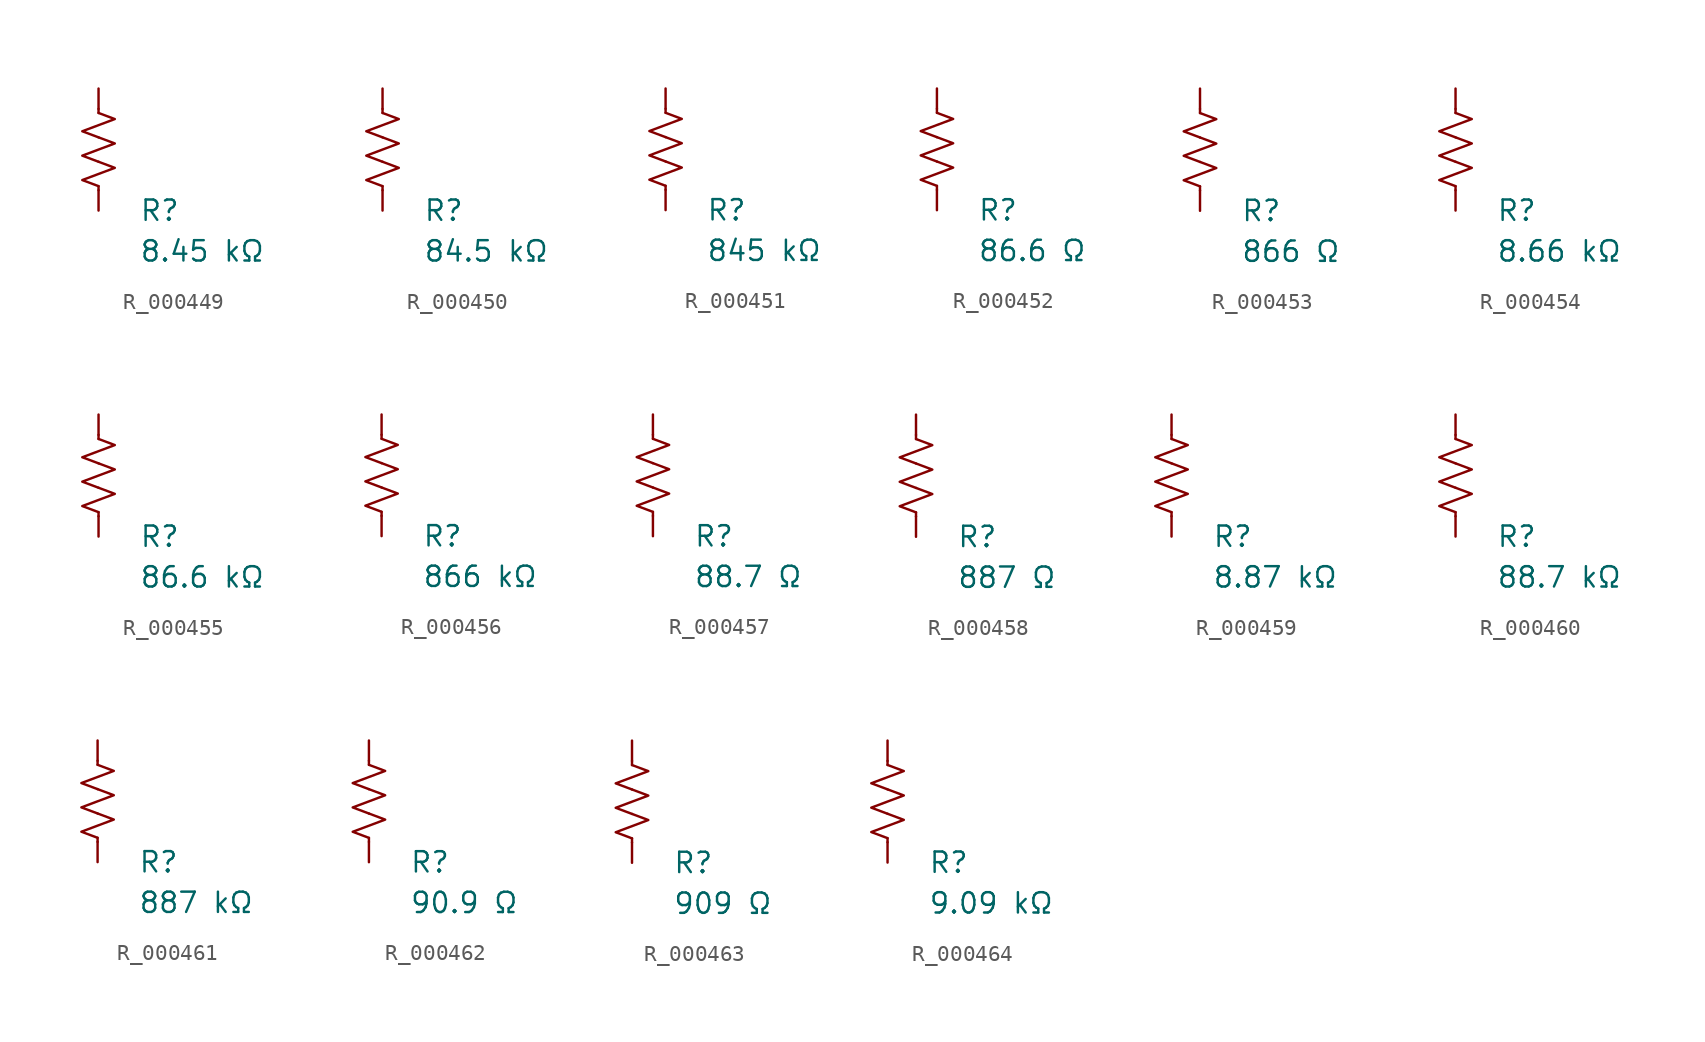
<source format=kicad_sym>
(kicad_symbol_lib
  (version 20231120)
  (generator "kicad_symbol_editor")
  (generator_version "8.0")
  (symbol "R_000449"
    (pin_numbers hide)
    (pin_names
      (offset 0))
    (property "Reference" "R"
      (at 2.54 -3.81 0)
      (effects (font (size 1.27 1.27)) (justify left))
      (show_name no))
    (property "Value" "8.45 kΩ"
      (at 2.54 -6.35 0)
      (effects (font (size 1.27 1.27)) (justify left))
      (show_name no))
    (symbol "R_000449_0_1"
      (polyline (pts (xy 0 -2.286) (xy 0 -2.54)) (stroke (width 0) (type default)) (fill (type none)))
      (polyline (pts (xy 0 2.286) (xy 0 2.54)) (stroke (width 0) (type default)) (fill (type none)))
      (polyline (pts (xy 0 -0.762) (xy 1.016 -1.143) (xy 0 -1.524) (xy -1.016 -1.905) (xy 0 -2.286)) (stroke (width 0) (type default)) (fill (type none)))
      (polyline (pts (xy 0 0.762) (xy 1.016 0.381) (xy 0 0) (xy -1.016 -0.381) (xy 0 -0.762)) (stroke (width 0) (type default)) (fill (type none)))
      (polyline (pts (xy 0 2.286) (xy 1.016 1.905) (xy 0 1.524) (xy -1.016 1.143) (xy 0 0.762)) (stroke (width 0) (type default)) (fill (type none))))
    (symbol "R_000449_1_1"
      (pin passive line (at 0 3.81 270) (length 1.27) (name "~" (effects (font (size 1.27 1.27)))) (number "1" (effects (font (size 1.27 1.27)))))
      (pin passive line (at 0 -3.81 90) (length 1.27) (name "~" (effects (font (size 1.27 1.27)))) (number "2" (effects (font (size 1.27 1.27)))))))
  (symbol "R_000450"
    (pin_numbers hide)
    (pin_names
      (offset 0))
    (property "Reference" "R"
      (at 2.54 -3.81 0)
      (effects (font (size 1.27 1.27)) (justify left))
      (show_name no))
    (property "Value" "84.5 kΩ"
      (at 2.54 -6.35 0)
      (effects (font (size 1.27 1.27)) (justify left))
      (show_name no))
    (symbol "R_000450_0_1"
      (polyline (pts (xy 0 -2.286) (xy 0 -2.54)) (stroke (width 0) (type default)) (fill (type none)))
      (polyline (pts (xy 0 2.286) (xy 0 2.54)) (stroke (width 0) (type default)) (fill (type none)))
      (polyline (pts (xy 0 -0.762) (xy 1.016 -1.143) (xy 0 -1.524) (xy -1.016 -1.905) (xy 0 -2.286)) (stroke (width 0) (type default)) (fill (type none)))
      (polyline (pts (xy 0 0.762) (xy 1.016 0.381) (xy 0 0) (xy -1.016 -0.381) (xy 0 -0.762)) (stroke (width 0) (type default)) (fill (type none)))
      (polyline (pts (xy 0 2.286) (xy 1.016 1.905) (xy 0 1.524) (xy -1.016 1.143) (xy 0 0.762)) (stroke (width 0) (type default)) (fill (type none))))
    (symbol "R_000450_1_1"
      (pin passive line (at 0 3.81 270) (length 1.27) (name "~" (effects (font (size 1.27 1.27)))) (number "1" (effects (font (size 1.27 1.27)))))
      (pin passive line (at 0 -3.81 90) (length 1.27) (name "~" (effects (font (size 1.27 1.27)))) (number "2" (effects (font (size 1.27 1.27)))))))
  (symbol "R_000451"
    (pin_numbers hide)
    (pin_names
      (offset 0))
    (property "Reference" "R"
      (at 2.54 -3.81 0)
      (effects (font (size 1.27 1.27)) (justify left))
      (show_name no))
    (property "Value" "845 kΩ"
      (at 2.54 -6.35 0)
      (effects (font (size 1.27 1.27)) (justify left))
      (show_name no))
    (symbol "R_000451_0_1"
      (polyline (pts (xy 0 -2.286) (xy 0 -2.54)) (stroke (width 0) (type default)) (fill (type none)))
      (polyline (pts (xy 0 2.286) (xy 0 2.54)) (stroke (width 0) (type default)) (fill (type none)))
      (polyline (pts (xy 0 -0.762) (xy 1.016 -1.143) (xy 0 -1.524) (xy -1.016 -1.905) (xy 0 -2.286)) (stroke (width 0) (type default)) (fill (type none)))
      (polyline (pts (xy 0 0.762) (xy 1.016 0.381) (xy 0 0) (xy -1.016 -0.381) (xy 0 -0.762)) (stroke (width 0) (type default)) (fill (type none)))
      (polyline (pts (xy 0 2.286) (xy 1.016 1.905) (xy 0 1.524) (xy -1.016 1.143) (xy 0 0.762)) (stroke (width 0) (type default)) (fill (type none))))
    (symbol "R_000451_1_1"
      (pin passive line (at 0 3.81 270) (length 1.27) (name "~" (effects (font (size 1.27 1.27)))) (number "1" (effects (font (size 1.27 1.27)))))
      (pin passive line (at 0 -3.81 90) (length 1.27) (name "~" (effects (font (size 1.27 1.27)))) (number "2" (effects (font (size 1.27 1.27)))))))
  (symbol "R_000452"
    (pin_numbers hide)
    (pin_names
      (offset 0))
    (property "Reference" "R"
      (at 2.54 -3.81 0)
      (effects (font (size 1.27 1.27)) (justify left))
      (show_name no))
    (property "Value" "86.6 Ω"
      (at 2.54 -6.35 0)
      (effects (font (size 1.27 1.27)) (justify left))
      (show_name no))
    (symbol "R_000452_0_1"
      (polyline (pts (xy 0 -2.286) (xy 0 -2.54)) (stroke (width 0) (type default)) (fill (type none)))
      (polyline (pts (xy 0 2.286) (xy 0 2.54)) (stroke (width 0) (type default)) (fill (type none)))
      (polyline (pts (xy 0 -0.762) (xy 1.016 -1.143) (xy 0 -1.524) (xy -1.016 -1.905) (xy 0 -2.286)) (stroke (width 0) (type default)) (fill (type none)))
      (polyline (pts (xy 0 0.762) (xy 1.016 0.381) (xy 0 0) (xy -1.016 -0.381) (xy 0 -0.762)) (stroke (width 0) (type default)) (fill (type none)))
      (polyline (pts (xy 0 2.286) (xy 1.016 1.905) (xy 0 1.524) (xy -1.016 1.143) (xy 0 0.762)) (stroke (width 0) (type default)) (fill (type none))))
    (symbol "R_000452_1_1"
      (pin passive line (at 0 3.81 270) (length 1.27) (name "~" (effects (font (size 1.27 1.27)))) (number "1" (effects (font (size 1.27 1.27)))))
      (pin passive line (at 0 -3.81 90) (length 1.27) (name "~" (effects (font (size 1.27 1.27)))) (number "2" (effects (font (size 1.27 1.27)))))))
  (symbol "R_000453"
    (pin_numbers hide)
    (pin_names
      (offset 0))
    (property "Reference" "R"
      (at 2.54 -3.81 0)
      (effects (font (size 1.27 1.27)) (justify left))
      (show_name no))
    (property "Value" "866 Ω"
      (at 2.54 -6.35 0)
      (effects (font (size 1.27 1.27)) (justify left))
      (show_name no))
    (symbol "R_000453_0_1"
      (polyline (pts (xy 0 -2.286) (xy 0 -2.54)) (stroke (width 0) (type default)) (fill (type none)))
      (polyline (pts (xy 0 2.286) (xy 0 2.54)) (stroke (width 0) (type default)) (fill (type none)))
      (polyline (pts (xy 0 -0.762) (xy 1.016 -1.143) (xy 0 -1.524) (xy -1.016 -1.905) (xy 0 -2.286)) (stroke (width 0) (type default)) (fill (type none)))
      (polyline (pts (xy 0 0.762) (xy 1.016 0.381) (xy 0 0) (xy -1.016 -0.381) (xy 0 -0.762)) (stroke (width 0) (type default)) (fill (type none)))
      (polyline (pts (xy 0 2.286) (xy 1.016 1.905) (xy 0 1.524) (xy -1.016 1.143) (xy 0 0.762)) (stroke (width 0) (type default)) (fill (type none))))
    (symbol "R_000453_1_1"
      (pin passive line (at 0 3.81 270) (length 1.27) (name "~" (effects (font (size 1.27 1.27)))) (number "1" (effects (font (size 1.27 1.27)))))
      (pin passive line (at 0 -3.81 90) (length 1.27) (name "~" (effects (font (size 1.27 1.27)))) (number "2" (effects (font (size 1.27 1.27)))))))
  (symbol "R_000454"
    (pin_numbers hide)
    (pin_names
      (offset 0))
    (property "Reference" "R"
      (at 2.54 -3.81 0)
      (effects (font (size 1.27 1.27)) (justify left))
      (show_name no))
    (property "Value" "8.66 kΩ"
      (at 2.54 -6.35 0)
      (effects (font (size 1.27 1.27)) (justify left))
      (show_name no))
    (symbol "R_000454_0_1"
      (polyline (pts (xy 0 -2.286) (xy 0 -2.54)) (stroke (width 0) (type default)) (fill (type none)))
      (polyline (pts (xy 0 2.286) (xy 0 2.54)) (stroke (width 0) (type default)) (fill (type none)))
      (polyline (pts (xy 0 -0.762) (xy 1.016 -1.143) (xy 0 -1.524) (xy -1.016 -1.905) (xy 0 -2.286)) (stroke (width 0) (type default)) (fill (type none)))
      (polyline (pts (xy 0 0.762) (xy 1.016 0.381) (xy 0 0) (xy -1.016 -0.381) (xy 0 -0.762)) (stroke (width 0) (type default)) (fill (type none)))
      (polyline (pts (xy 0 2.286) (xy 1.016 1.905) (xy 0 1.524) (xy -1.016 1.143) (xy 0 0.762)) (stroke (width 0) (type default)) (fill (type none))))
    (symbol "R_000454_1_1"
      (pin passive line (at 0 3.81 270) (length 1.27) (name "~" (effects (font (size 1.27 1.27)))) (number "1" (effects (font (size 1.27 1.27)))))
      (pin passive line (at 0 -3.81 90) (length 1.27) (name "~" (effects (font (size 1.27 1.27)))) (number "2" (effects (font (size 1.27 1.27)))))))
  (symbol "R_000455"
    (pin_numbers hide)
    (pin_names
      (offset 0))
    (property "Reference" "R"
      (at 2.54 -3.81 0)
      (effects (font (size 1.27 1.27)) (justify left))
      (show_name no))
    (property "Value" "86.6 kΩ"
      (at 2.54 -6.35 0)
      (effects (font (size 1.27 1.27)) (justify left))
      (show_name no))
    (symbol "R_000455_0_1"
      (polyline (pts (xy 0 -2.286) (xy 0 -2.54)) (stroke (width 0) (type default)) (fill (type none)))
      (polyline (pts (xy 0 2.286) (xy 0 2.54)) (stroke (width 0) (type default)) (fill (type none)))
      (polyline (pts (xy 0 -0.762) (xy 1.016 -1.143) (xy 0 -1.524) (xy -1.016 -1.905) (xy 0 -2.286)) (stroke (width 0) (type default)) (fill (type none)))
      (polyline (pts (xy 0 0.762) (xy 1.016 0.381) (xy 0 0) (xy -1.016 -0.381) (xy 0 -0.762)) (stroke (width 0) (type default)) (fill (type none)))
      (polyline (pts (xy 0 2.286) (xy 1.016 1.905) (xy 0 1.524) (xy -1.016 1.143) (xy 0 0.762)) (stroke (width 0) (type default)) (fill (type none))))
    (symbol "R_000455_1_1"
      (pin passive line (at 0 3.81 270) (length 1.27) (name "~" (effects (font (size 1.27 1.27)))) (number "1" (effects (font (size 1.27 1.27)))))
      (pin passive line (at 0 -3.81 90) (length 1.27) (name "~" (effects (font (size 1.27 1.27)))) (number "2" (effects (font (size 1.27 1.27)))))))
  (symbol "R_000456"
    (pin_numbers hide)
    (pin_names
      (offset 0))
    (property "Reference" "R"
      (at 2.54 -3.81 0)
      (effects (font (size 1.27 1.27)) (justify left))
      (show_name no))
    (property "Value" "866 kΩ"
      (at 2.54 -6.35 0)
      (effects (font (size 1.27 1.27)) (justify left))
      (show_name no))
    (symbol "R_000456_0_1"
      (polyline (pts (xy 0 -2.286) (xy 0 -2.54)) (stroke (width 0) (type default)) (fill (type none)))
      (polyline (pts (xy 0 2.286) (xy 0 2.54)) (stroke (width 0) (type default)) (fill (type none)))
      (polyline (pts (xy 0 -0.762) (xy 1.016 -1.143) (xy 0 -1.524) (xy -1.016 -1.905) (xy 0 -2.286)) (stroke (width 0) (type default)) (fill (type none)))
      (polyline (pts (xy 0 0.762) (xy 1.016 0.381) (xy 0 0) (xy -1.016 -0.381) (xy 0 -0.762)) (stroke (width 0) (type default)) (fill (type none)))
      (polyline (pts (xy 0 2.286) (xy 1.016 1.905) (xy 0 1.524) (xy -1.016 1.143) (xy 0 0.762)) (stroke (width 0) (type default)) (fill (type none))))
    (symbol "R_000456_1_1"
      (pin passive line (at 0 3.81 270) (length 1.27) (name "~" (effects (font (size 1.27 1.27)))) (number "1" (effects (font (size 1.27 1.27)))))
      (pin passive line (at 0 -3.81 90) (length 1.27) (name "~" (effects (font (size 1.27 1.27)))) (number "2" (effects (font (size 1.27 1.27)))))))
  (symbol "R_000457"
    (pin_numbers hide)
    (pin_names
      (offset 0))
    (property "Reference" "R"
      (at 2.54 -3.81 0)
      (effects (font (size 1.27 1.27)) (justify left))
      (show_name no))
    (property "Value" "88.7 Ω"
      (at 2.54 -6.35 0)
      (effects (font (size 1.27 1.27)) (justify left))
      (show_name no))
    (symbol "R_000457_0_1"
      (polyline (pts (xy 0 -2.286) (xy 0 -2.54)) (stroke (width 0) (type default)) (fill (type none)))
      (polyline (pts (xy 0 2.286) (xy 0 2.54)) (stroke (width 0) (type default)) (fill (type none)))
      (polyline (pts (xy 0 -0.762) (xy 1.016 -1.143) (xy 0 -1.524) (xy -1.016 -1.905) (xy 0 -2.286)) (stroke (width 0) (type default)) (fill (type none)))
      (polyline (pts (xy 0 0.762) (xy 1.016 0.381) (xy 0 0) (xy -1.016 -0.381) (xy 0 -0.762)) (stroke (width 0) (type default)) (fill (type none)))
      (polyline (pts (xy 0 2.286) (xy 1.016 1.905) (xy 0 1.524) (xy -1.016 1.143) (xy 0 0.762)) (stroke (width 0) (type default)) (fill (type none))))
    (symbol "R_000457_1_1"
      (pin passive line (at 0 3.81 270) (length 1.27) (name "~" (effects (font (size 1.27 1.27)))) (number "1" (effects (font (size 1.27 1.27)))))
      (pin passive line (at 0 -3.81 90) (length 1.27) (name "~" (effects (font (size 1.27 1.27)))) (number "2" (effects (font (size 1.27 1.27)))))))
  (symbol "R_000458"
    (pin_numbers hide)
    (pin_names
      (offset 0))
    (property "Reference" "R"
      (at 2.54 -3.81 0)
      (effects (font (size 1.27 1.27)) (justify left))
      (show_name no))
    (property "Value" "887 Ω"
      (at 2.54 -6.35 0)
      (effects (font (size 1.27 1.27)) (justify left))
      (show_name no))
    (symbol "R_000458_0_1"
      (polyline (pts (xy 0 -2.286) (xy 0 -2.54)) (stroke (width 0) (type default)) (fill (type none)))
      (polyline (pts (xy 0 2.286) (xy 0 2.54)) (stroke (width 0) (type default)) (fill (type none)))
      (polyline (pts (xy 0 -0.762) (xy 1.016 -1.143) (xy 0 -1.524) (xy -1.016 -1.905) (xy 0 -2.286)) (stroke (width 0) (type default)) (fill (type none)))
      (polyline (pts (xy 0 0.762) (xy 1.016 0.381) (xy 0 0) (xy -1.016 -0.381) (xy 0 -0.762)) (stroke (width 0) (type default)) (fill (type none)))
      (polyline (pts (xy 0 2.286) (xy 1.016 1.905) (xy 0 1.524) (xy -1.016 1.143) (xy 0 0.762)) (stroke (width 0) (type default)) (fill (type none))))
    (symbol "R_000458_1_1"
      (pin passive line (at 0 3.81 270) (length 1.27) (name "~" (effects (font (size 1.27 1.27)))) (number "1" (effects (font (size 1.27 1.27)))))
      (pin passive line (at 0 -3.81 90) (length 1.27) (name "~" (effects (font (size 1.27 1.27)))) (number "2" (effects (font (size 1.27 1.27)))))))
  (symbol "R_000459"
    (pin_numbers hide)
    (pin_names
      (offset 0))
    (property "Reference" "R"
      (at 2.54 -3.81 0)
      (effects (font (size 1.27 1.27)) (justify left))
      (show_name no))
    (property "Value" "8.87 kΩ"
      (at 2.54 -6.35 0)
      (effects (font (size 1.27 1.27)) (justify left))
      (show_name no))
    (symbol "R_000459_0_1"
      (polyline (pts (xy 0 -2.286) (xy 0 -2.54)) (stroke (width 0) (type default)) (fill (type none)))
      (polyline (pts (xy 0 2.286) (xy 0 2.54)) (stroke (width 0) (type default)) (fill (type none)))
      (polyline (pts (xy 0 -0.762) (xy 1.016 -1.143) (xy 0 -1.524) (xy -1.016 -1.905) (xy 0 -2.286)) (stroke (width 0) (type default)) (fill (type none)))
      (polyline (pts (xy 0 0.762) (xy 1.016 0.381) (xy 0 0) (xy -1.016 -0.381) (xy 0 -0.762)) (stroke (width 0) (type default)) (fill (type none)))
      (polyline (pts (xy 0 2.286) (xy 1.016 1.905) (xy 0 1.524) (xy -1.016 1.143) (xy 0 0.762)) (stroke (width 0) (type default)) (fill (type none))))
    (symbol "R_000459_1_1"
      (pin passive line (at 0 3.81 270) (length 1.27) (name "~" (effects (font (size 1.27 1.27)))) (number "1" (effects (font (size 1.27 1.27)))))
      (pin passive line (at 0 -3.81 90) (length 1.27) (name "~" (effects (font (size 1.27 1.27)))) (number "2" (effects (font (size 1.27 1.27)))))))
  (symbol "R_000460"
    (pin_numbers hide)
    (pin_names
      (offset 0))
    (property "Reference" "R"
      (at 2.54 -3.81 0)
      (effects (font (size 1.27 1.27)) (justify left))
      (show_name no))
    (property "Value" "88.7 kΩ"
      (at 2.54 -6.35 0)
      (effects (font (size 1.27 1.27)) (justify left))
      (show_name no))
    (symbol "R_000460_0_1"
      (polyline (pts (xy 0 -2.286) (xy 0 -2.54)) (stroke (width 0) (type default)) (fill (type none)))
      (polyline (pts (xy 0 2.286) (xy 0 2.54)) (stroke (width 0) (type default)) (fill (type none)))
      (polyline (pts (xy 0 -0.762) (xy 1.016 -1.143) (xy 0 -1.524) (xy -1.016 -1.905) (xy 0 -2.286)) (stroke (width 0) (type default)) (fill (type none)))
      (polyline (pts (xy 0 0.762) (xy 1.016 0.381) (xy 0 0) (xy -1.016 -0.381) (xy 0 -0.762)) (stroke (width 0) (type default)) (fill (type none)))
      (polyline (pts (xy 0 2.286) (xy 1.016 1.905) (xy 0 1.524) (xy -1.016 1.143) (xy 0 0.762)) (stroke (width 0) (type default)) (fill (type none))))
    (symbol "R_000460_1_1"
      (pin passive line (at 0 3.81 270) (length 1.27) (name "~" (effects (font (size 1.27 1.27)))) (number "1" (effects (font (size 1.27 1.27)))))
      (pin passive line (at 0 -3.81 90) (length 1.27) (name "~" (effects (font (size 1.27 1.27)))) (number "2" (effects (font (size 1.27 1.27)))))))
  (symbol "R_000461"
    (pin_numbers hide)
    (pin_names
      (offset 0))
    (property "Reference" "R"
      (at 2.54 -3.81 0)
      (effects (font (size 1.27 1.27)) (justify left))
      (show_name no))
    (property "Value" "887 kΩ"
      (at 2.54 -6.35 0)
      (effects (font (size 1.27 1.27)) (justify left))
      (show_name no))
    (symbol "R_000461_0_1"
      (polyline (pts (xy 0 -2.286) (xy 0 -2.54)) (stroke (width 0) (type default)) (fill (type none)))
      (polyline (pts (xy 0 2.286) (xy 0 2.54)) (stroke (width 0) (type default)) (fill (type none)))
      (polyline (pts (xy 0 -0.762) (xy 1.016 -1.143) (xy 0 -1.524) (xy -1.016 -1.905) (xy 0 -2.286)) (stroke (width 0) (type default)) (fill (type none)))
      (polyline (pts (xy 0 0.762) (xy 1.016 0.381) (xy 0 0) (xy -1.016 -0.381) (xy 0 -0.762)) (stroke (width 0) (type default)) (fill (type none)))
      (polyline (pts (xy 0 2.286) (xy 1.016 1.905) (xy 0 1.524) (xy -1.016 1.143) (xy 0 0.762)) (stroke (width 0) (type default)) (fill (type none))))
    (symbol "R_000461_1_1"
      (pin passive line (at 0 3.81 270) (length 1.27) (name "~" (effects (font (size 1.27 1.27)))) (number "1" (effects (font (size 1.27 1.27)))))
      (pin passive line (at 0 -3.81 90) (length 1.27) (name "~" (effects (font (size 1.27 1.27)))) (number "2" (effects (font (size 1.27 1.27)))))))
  (symbol "R_000462"
    (pin_numbers hide)
    (pin_names
      (offset 0))
    (property "Reference" "R"
      (at 2.54 -3.81 0)
      (effects (font (size 1.27 1.27)) (justify left))
      (show_name no))
    (property "Value" "90.9 Ω"
      (at 2.54 -6.35 0)
      (effects (font (size 1.27 1.27)) (justify left))
      (show_name no))
    (symbol "R_000462_0_1"
      (polyline (pts (xy 0 -2.286) (xy 0 -2.54)) (stroke (width 0) (type default)) (fill (type none)))
      (polyline (pts (xy 0 2.286) (xy 0 2.54)) (stroke (width 0) (type default)) (fill (type none)))
      (polyline (pts (xy 0 -0.762) (xy 1.016 -1.143) (xy 0 -1.524) (xy -1.016 -1.905) (xy 0 -2.286)) (stroke (width 0) (type default)) (fill (type none)))
      (polyline (pts (xy 0 0.762) (xy 1.016 0.381) (xy 0 0) (xy -1.016 -0.381) (xy 0 -0.762)) (stroke (width 0) (type default)) (fill (type none)))
      (polyline (pts (xy 0 2.286) (xy 1.016 1.905) (xy 0 1.524) (xy -1.016 1.143) (xy 0 0.762)) (stroke (width 0) (type default)) (fill (type none))))
    (symbol "R_000462_1_1"
      (pin passive line (at 0 3.81 270) (length 1.27) (name "~" (effects (font (size 1.27 1.27)))) (number "1" (effects (font (size 1.27 1.27)))))
      (pin passive line (at 0 -3.81 90) (length 1.27) (name "~" (effects (font (size 1.27 1.27)))) (number "2" (effects (font (size 1.27 1.27)))))))
  (symbol "R_000463"
    (pin_numbers hide)
    (pin_names
      (offset 0))
    (property "Reference" "R"
      (at 2.54 -3.81 0)
      (effects (font (size 1.27 1.27)) (justify left))
      (show_name no))
    (property "Value" "909 Ω"
      (at 2.54 -6.35 0)
      (effects (font (size 1.27 1.27)) (justify left))
      (show_name no))
    (symbol "R_000463_0_1"
      (polyline (pts (xy 0 -2.286) (xy 0 -2.54)) (stroke (width 0) (type default)) (fill (type none)))
      (polyline (pts (xy 0 2.286) (xy 0 2.54)) (stroke (width 0) (type default)) (fill (type none)))
      (polyline (pts (xy 0 -0.762) (xy 1.016 -1.143) (xy 0 -1.524) (xy -1.016 -1.905) (xy 0 -2.286)) (stroke (width 0) (type default)) (fill (type none)))
      (polyline (pts (xy 0 0.762) (xy 1.016 0.381) (xy 0 0) (xy -1.016 -0.381) (xy 0 -0.762)) (stroke (width 0) (type default)) (fill (type none)))
      (polyline (pts (xy 0 2.286) (xy 1.016 1.905) (xy 0 1.524) (xy -1.016 1.143) (xy 0 0.762)) (stroke (width 0) (type default)) (fill (type none))))
    (symbol "R_000463_1_1"
      (pin passive line (at 0 3.81 270) (length 1.27) (name "~" (effects (font (size 1.27 1.27)))) (number "1" (effects (font (size 1.27 1.27)))))
      (pin passive line (at 0 -3.81 90) (length 1.27) (name "~" (effects (font (size 1.27 1.27)))) (number "2" (effects (font (size 1.27 1.27)))))))
  (symbol "R_000464"
    (pin_numbers hide)
    (pin_names
      (offset 0))
    (property "Reference" "R"
      (at 2.54 -3.81 0)
      (effects (font (size 1.27 1.27)) (justify left))
      (show_name no))
    (property "Value" "9.09 kΩ"
      (at 2.54 -6.35 0)
      (effects (font (size 1.27 1.27)) (justify left))
      (show_name no))
    (symbol "R_000464_0_1"
      (polyline (pts (xy 0 -2.286) (xy 0 -2.54)) (stroke (width 0) (type default)) (fill (type none)))
      (polyline (pts (xy 0 2.286) (xy 0 2.54)) (stroke (width 0) (type default)) (fill (type none)))
      (polyline (pts (xy 0 -0.762) (xy 1.016 -1.143) (xy 0 -1.524) (xy -1.016 -1.905) (xy 0 -2.286)) (stroke (width 0) (type default)) (fill (type none)))
      (polyline (pts (xy 0 0.762) (xy 1.016 0.381) (xy 0 0) (xy -1.016 -0.381) (xy 0 -0.762)) (stroke (width 0) (type default)) (fill (type none)))
      (polyline (pts (xy 0 2.286) (xy 1.016 1.905) (xy 0 1.524) (xy -1.016 1.143) (xy 0 0.762)) (stroke (width 0) (type default)) (fill (type none))))
    (symbol "R_000464_1_1"
      (pin passive line (at 0 3.81 270) (length 1.27) (name "~" (effects (font (size 1.27 1.27)))) (number "1" (effects (font (size 1.27 1.27)))))
      (pin passive line (at 0 -3.81 90) (length 1.27) (name "~" (effects (font (size 1.27 1.27)))) (number "2" (effects (font (size 1.27 1.27))))))))
</source>
